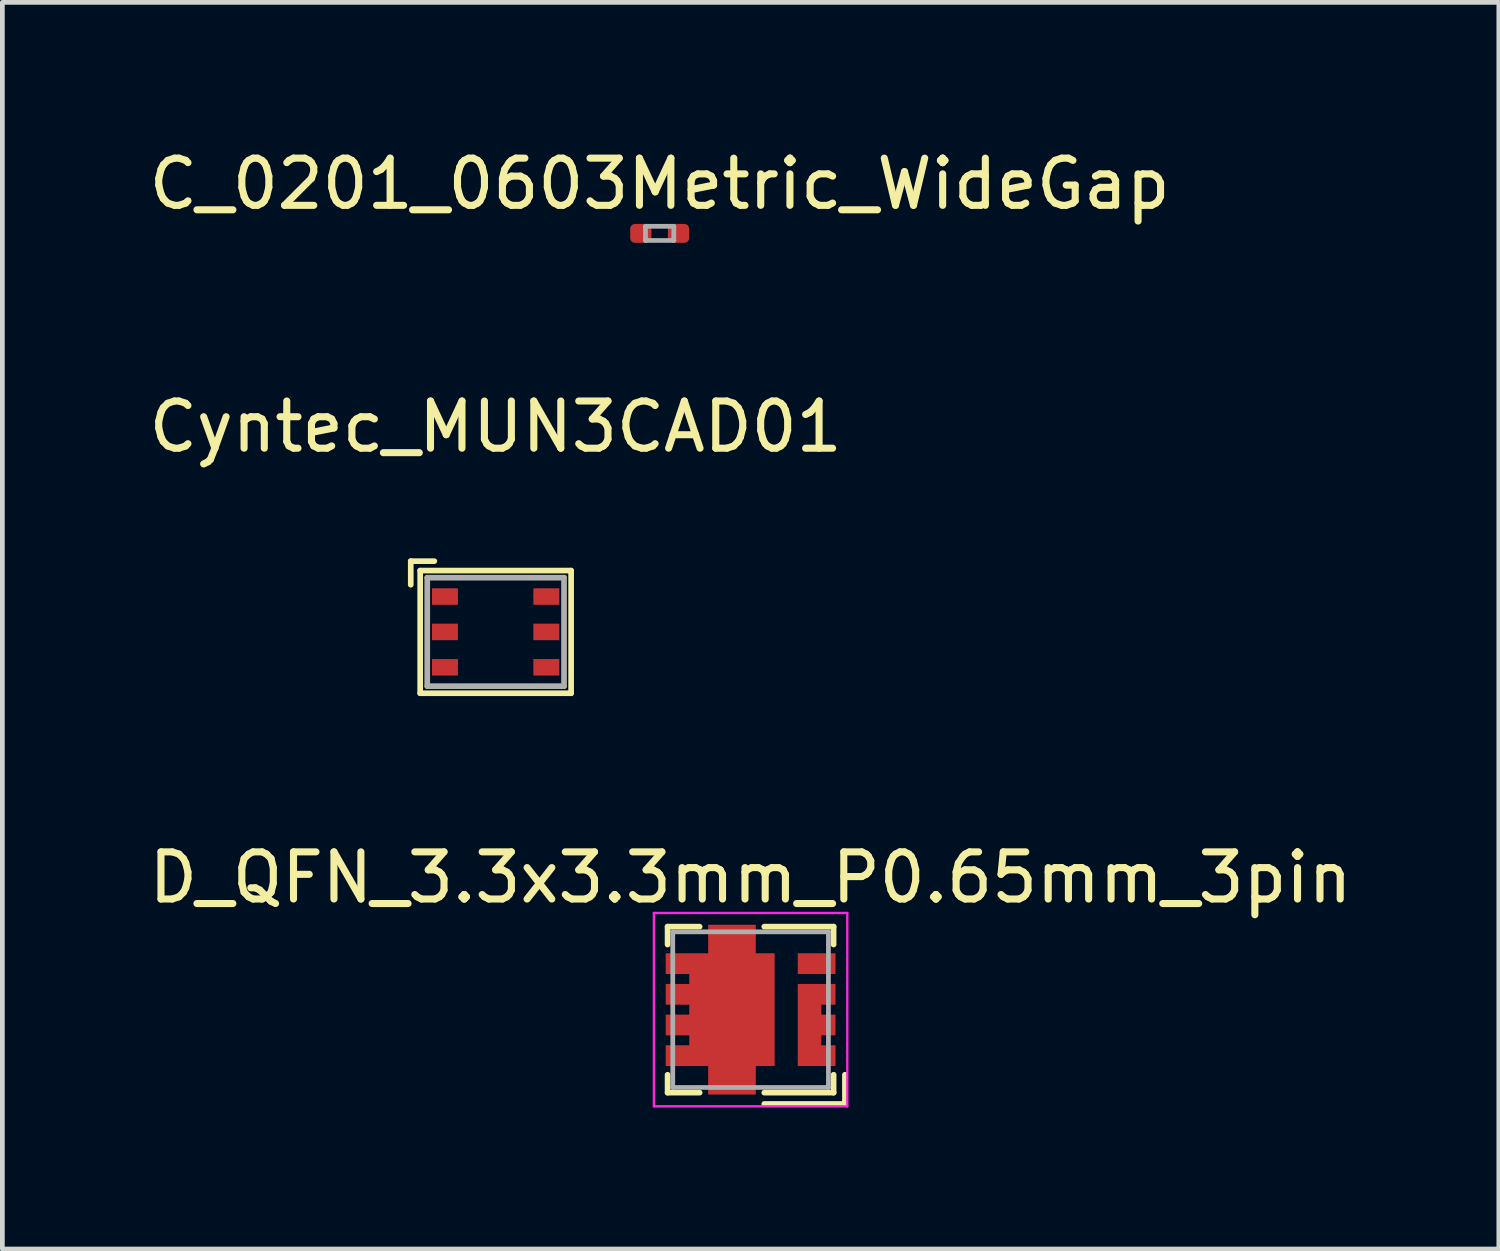
<source format=kicad_pcb>
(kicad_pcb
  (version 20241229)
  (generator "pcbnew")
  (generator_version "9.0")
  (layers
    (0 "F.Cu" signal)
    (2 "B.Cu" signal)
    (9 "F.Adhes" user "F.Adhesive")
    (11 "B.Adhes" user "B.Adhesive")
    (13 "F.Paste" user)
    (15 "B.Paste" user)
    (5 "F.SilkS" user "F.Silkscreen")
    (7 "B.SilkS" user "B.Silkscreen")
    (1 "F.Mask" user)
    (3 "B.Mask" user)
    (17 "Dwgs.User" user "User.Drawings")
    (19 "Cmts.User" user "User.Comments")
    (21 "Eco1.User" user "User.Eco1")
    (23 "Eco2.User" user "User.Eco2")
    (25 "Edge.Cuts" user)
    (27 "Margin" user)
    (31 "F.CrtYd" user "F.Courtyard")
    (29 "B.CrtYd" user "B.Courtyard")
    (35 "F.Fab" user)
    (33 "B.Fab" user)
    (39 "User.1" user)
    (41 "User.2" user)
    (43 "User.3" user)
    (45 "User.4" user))
  (footprint "Cyntec_MUN3CAD01"
    (layer "F.Cu")
    (at 7.458 10.347)
    (property "Reference" "Cyntec_MUN3CAD01" (at 0 -4.35 0) (layer "F.SilkS") (effects (font (size 1 1) (thickness 0.15))))
    (attr smd)
    (fp_line (start -1.8 -1.5) (end -1.3 -1.5) (stroke (width 0.12) (type solid)) (layer "F.SilkS"))
    (fp_line (start -1.8 -1) (end -1.8 -1.5) (stroke (width 0.12) (type solid)) (layer "F.SilkS"))
    (fp_line (start -1.6 -1.3) (end 1.6 -1.3) (stroke (width 0.12) (type solid)) (layer "F.SilkS"))
    (fp_line (start -1.6 1.3) (end -1.6 -1.3) (stroke (width 0.12) (type solid)) (layer "F.SilkS"))
    (fp_line (start 1.6 -1.3) (end 1.6 1.3) (stroke (width 0.12) (type solid)) (layer "F.SilkS"))
    (fp_line (start 1.6 1.3) (end -1.6 1.3) (stroke (width 0.12) (type solid)) (layer "F.SilkS"))
    (fp_line (start -1.45 -1.15) (end 1.45 -1.15) (stroke (width 0.12) (type solid)) (layer "F.Fab"))
    (fp_line (start -1.45 1.15) (end -1.45 -1.15) (stroke (width 0.12) (type solid)) (layer "F.Fab"))
    (fp_line (start 1.45 -1.15) (end 1.45 1.15) (stroke (width 0.12) (type solid)) (layer "F.Fab"))
    (fp_line (start 1.45 1.15) (end -1.45 1.15) (stroke (width 0.12) (type solid)) (layer "F.Fab"))
    (pad "1" smd rect (at -1.075 -0.75) (size 0.55 0.35) (layers "F.Cu" "F.Mask" "F.Paste"))
    (pad "2" smd rect (at -1.075 0) (size 0.55 0.35) (layers "F.Cu" "F.Mask" "F.Paste"))
    (pad "3" smd rect (at -1.075 0.75) (size 0.55 0.35) (layers "F.Cu" "F.Mask" "F.Paste"))
    (pad "4" smd rect (at 1.075 0.75) (size 0.55 0.35) (layers "F.Cu" "F.Mask" "F.Paste"))
    (pad "5" smd rect (at 1.075 0) (size 0.55 0.35) (layers "F.Cu" "F.Mask" "F.Paste"))
    (pad "6" smd rect (at 1.075 -0.75) (size 0.55 0.35) (layers "F.Cu" "F.Mask" "F.Paste")))
  (footprint "D_QFN_3.3x3.3mm_P0.65mm_3pin"
    (layer "F.Cu")
    (at 12.863 18.355)
    (property "Reference" "D_QFN_3.3x3.3mm_P0.65mm_3pin" (at 0 -2.8 0) (layer "F.SilkS") (effects (font (size 1 1) (thickness 0.15))))
    (attr smd)
    (fp_line (start -1.76 -1.76) (end -1.76 -1.38) (stroke (width 0.12) (type solid)) (layer "F.SilkS"))
    (fp_line (start -1.76 -1.76) (end -1.08 -1.76) (stroke (width 0.12) (type solid)) (layer "F.SilkS"))
    (fp_line (start -1.76 1.76) (end -1.76 1.38) (stroke (width 0.12) (type solid)) (layer "F.SilkS"))
    (fp_line (start -1.76 1.76) (end -1.08 1.76) (stroke (width 0.12) (type solid)) (layer "F.SilkS"))
    (fp_line (start 0.29 -1.76) (end 1.76 -1.76) (stroke (width 0.12) (type solid)) (layer "F.SilkS"))
    (fp_line (start 0.29 1.76) (end 1.76 1.76) (stroke (width 0.12) (type solid)) (layer "F.SilkS"))
    (fp_line (start 0.29 2) (end 2 2) (stroke (width 0.12) (type solid)) (layer "F.SilkS"))
    (fp_line (start 1.76 -1.76) (end 1.76 -1.38) (stroke (width 0.12) (type solid)) (layer "F.SilkS"))
    (fp_line (start 1.76 1.76) (end 1.76 1.38) (stroke (width 0.12) (type solid)) (layer "F.SilkS"))
    (fp_line (start 2 2) (end 2 1.38) (stroke (width 0.12) (type solid)) (layer "F.SilkS"))
    (fp_line (start -2.05 -2.05) (end 2.05 -2.05) (stroke (width 0.05) (type solid)) (layer "F.CrtYd"))
    (fp_line (start -2.05 2.05) (end -2.05 -2.05) (stroke (width 0.05) (type solid)) (layer "F.CrtYd"))
    (fp_line (start -2.05 2.05) (end 2.05 2.05) (stroke (width 0.05) (type solid)) (layer "F.CrtYd"))
    (fp_line (start 2.05 2.05) (end 2.05 -2.05) (stroke (width 0.05) (type solid)) (layer "F.CrtYd"))
    (fp_line (start -1.65 -1.65) (end 1.65 -1.65) (stroke (width 0.1) (type solid)) (layer "F.Fab"))
    (fp_line (start -1.65 1.65) (end -1.65 -1.65) (stroke (width 0.1) (type solid)) (layer "F.Fab"))
    (fp_line (start 1.65 -1.65) (end 1.65 1.65) (stroke (width 0.1) (type solid)) (layer "F.Fab"))
    (fp_line (start 1.65 1.65) (end -1.65 1.65) (stroke (width 0.1) (type solid)) (layer "F.Fab"))
    (pad "1" smd custom (at -0.645 0) (size 0.5 0.5) (layers "F.Cu" "F.Mask" "F.Paste") (options (anchor rect)) (primitives (gr_poly (pts (xy 0.755 -1.195) (xy 1.155 -1.195) (xy 1.155 1.195) (xy 0.755 1.195) (xy 0.755 1.8) (xy -0.255 1.8) (xy -0.255 1.195) (xy -1.155 1.195) (xy -1.155 0.755) (xy -0.655 0.755) (xy -0.655 0.545) (xy -1.155 0.545) (xy -1.155 0.105) (xy -0.655 0.105) (xy -0.655 -0.105) (xy -1.155 -0.105) (xy -1.155 -0.545) (xy -0.655 -0.545) (xy -0.655 -0.755) (xy -1.155 -0.755) (xy -1.155 -1.195) (xy -0.255 -1.195) (xy -0.255 -1.8) (xy 0.755 -1.8)) (width 0) (fill yes))))
    (pad "2" smd custom (at 1.4 0.325) (size 0.4 0.4) (layers "F.Cu" "F.Mask" "F.Paste") (options (anchor rect)) (primitives (gr_poly (pts (xy 0.4 -0.43) (xy 0.1 -0.43) (xy 0.1 -0.22) (xy 0.4 -0.22) (xy 0.4 0.22) (xy 0.1 0.22) (xy 0.1 0.43) (xy 0.4 0.43) (xy 0.4 0.87) (xy -0.4 0.87) (xy -0.4 -0.87) (xy 0.4 -0.87)) (width 0) (fill yes))))
    (pad "3" smd rect (at 1.4 -0.975) (size 0.8 0.44) (layers "F.Cu" "F.Mask" "F.Paste")))
  (footprint "C_0201_0603Metric_WideGap"
    (layer "F.Cu")
    (at 10.935 1.898)
    (property "Reference" "C_0201_0603Metric_WideGap" (at 0 -1.05 0) (layer "F.SilkS") (effects (font (size 1 1) (thickness 0.15))))
    (attr smd)
    (fp_line (start -0.3 -0.15) (end 0.3 -0.15) (stroke (width 0.1) (type solid)) (layer "F.Fab"))
    (fp_line (start -0.3 0.15) (end -0.3 -0.15) (stroke (width 0.1) (type solid)) (layer "F.Fab"))
    (fp_line (start 0.3 -0.15) (end 0.3 0.15) (stroke (width 0.1) (type solid)) (layer "F.Fab"))
    (fp_line (start 0.3 0.15) (end -0.3 0.15) (stroke (width 0.1) (type solid)) (layer "F.Fab"))
    (pad "" smd roundrect (at -0.35 0) (size 0.55 0.4) (layers "F.Paste") (roundrect_rratio 0.25))
    (pad "" smd roundrect (at 0.35 0) (size 0.55 0.4) (layers "F.Paste") (roundrect_rratio 0.25))
    (pad "1" smd roundrect (at -0.4 0) (size 0.45 0.4) (layers "F.Cu" "F.Mask" "F.Paste") (roundrect_rratio 0.25))
    (pad "2" smd roundrect (at 0.4 0) (size 0.45 0.4) (layers "F.Cu" "F.Mask" "F.Paste") (roundrect_rratio 0.25)))
  (gr_rect
    (start -3 -3)
    (end 28.726 23.43)
    (stroke (width 0.1) (type default))
    (fill no)
    (layer "Edge.Cuts")))
</source>
